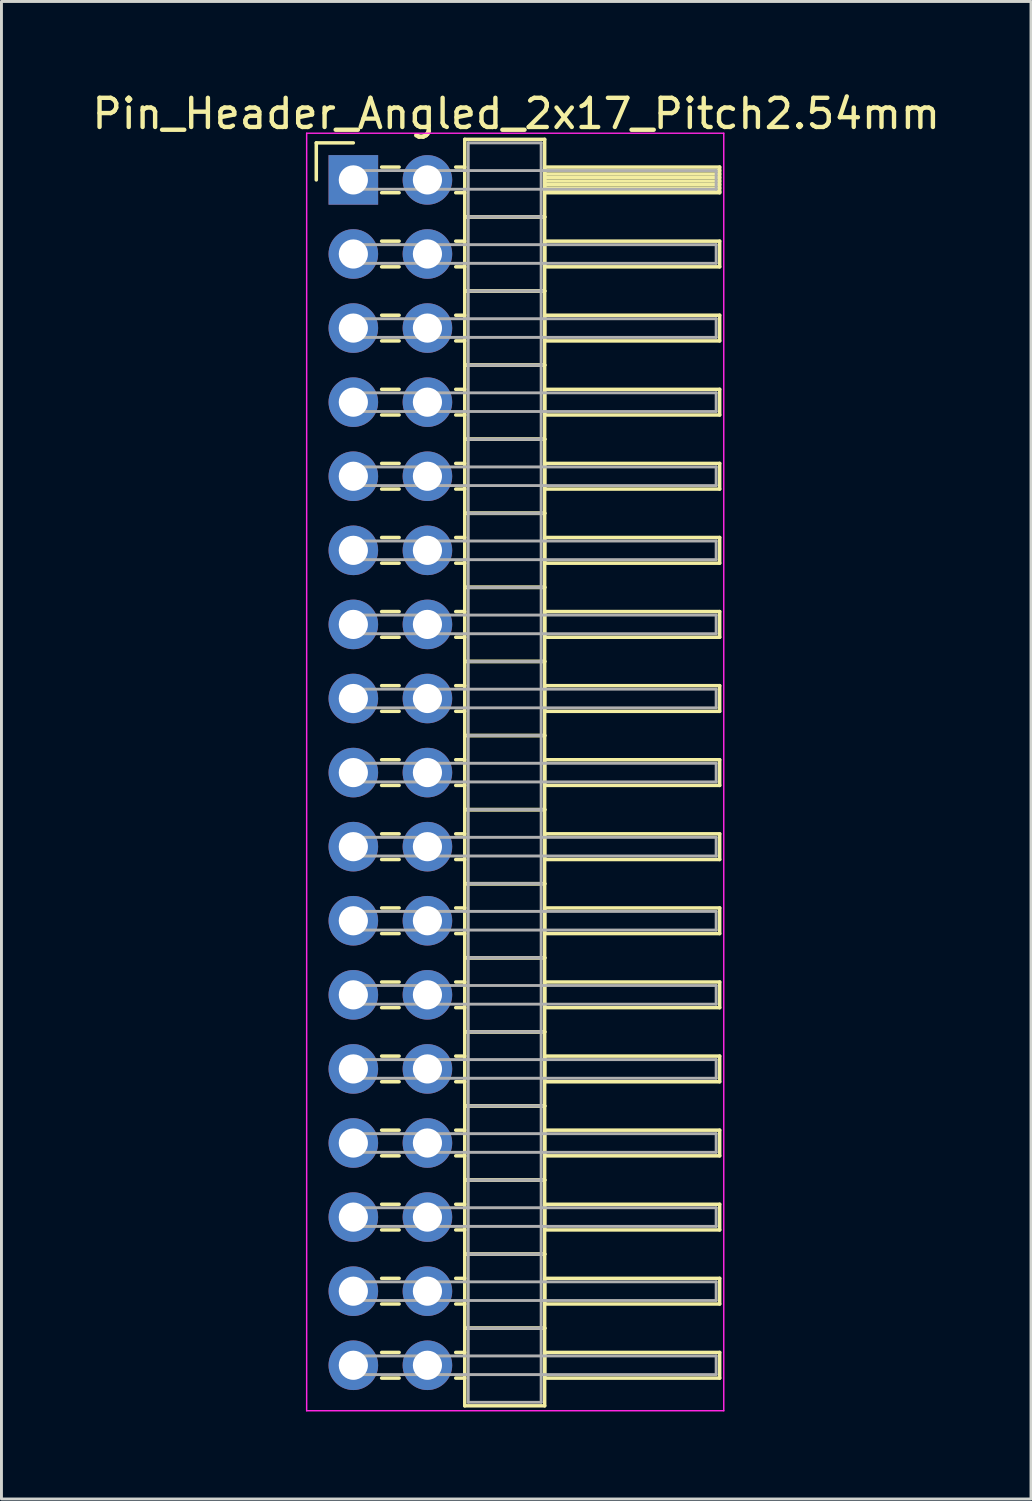
<source format=kicad_pcb>
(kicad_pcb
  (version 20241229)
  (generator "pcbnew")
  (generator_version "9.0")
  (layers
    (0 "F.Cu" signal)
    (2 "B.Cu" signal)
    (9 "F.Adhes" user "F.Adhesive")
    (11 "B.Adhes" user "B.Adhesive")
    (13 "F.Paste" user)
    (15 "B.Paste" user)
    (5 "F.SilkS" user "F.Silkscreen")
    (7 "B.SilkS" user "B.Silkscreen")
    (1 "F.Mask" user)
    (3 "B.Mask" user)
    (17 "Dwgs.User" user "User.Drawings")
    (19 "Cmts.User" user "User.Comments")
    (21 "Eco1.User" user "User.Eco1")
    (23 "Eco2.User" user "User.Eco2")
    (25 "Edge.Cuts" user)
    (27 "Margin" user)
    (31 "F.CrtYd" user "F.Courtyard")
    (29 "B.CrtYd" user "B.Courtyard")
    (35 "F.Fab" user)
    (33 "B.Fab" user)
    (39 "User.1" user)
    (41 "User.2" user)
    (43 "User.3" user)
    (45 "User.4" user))
  (footprint "Pin_Header_Angled_2x17_Pitch2.54mm"
    (layer "F.Cu")
    (at 9.064 3.118)
    (property "Reference" "Pin_Header_Angled_2x17_Pitch2.54mm" (at 5.585 -2.27 0) (layer "F.SilkS") (effects (font (size 1 1) (thickness 0.15))))
    (attr through_hole)
    (fp_line (start -1.27 -1.27) (end 0 -1.27) (stroke (width 0.12) (type solid)) (layer "F.SilkS"))
    (fp_line (start -1.27 0) (end -1.27 -1.27) (stroke (width 0.12) (type solid)) (layer "F.SilkS"))
    (fp_line (start 0.97 -0.44) (end 1.57 -0.44) (stroke (width 0.12) (type solid)) (layer "F.SilkS"))
    (fp_line (start 0.97 0.44) (end 1.57 0.44) (stroke (width 0.12) (type solid)) (layer "F.SilkS"))
    (fp_line (start 0.97 2.1) (end 1.57 2.1) (stroke (width 0.12) (type solid)) (layer "F.SilkS"))
    (fp_line (start 0.97 2.98) (end 1.57 2.98) (stroke (width 0.12) (type solid)) (layer "F.SilkS"))
    (fp_line (start 0.97 4.64) (end 1.57 4.64) (stroke (width 0.12) (type solid)) (layer "F.SilkS"))
    (fp_line (start 0.97 5.52) (end 1.57 5.52) (stroke (width 0.12) (type solid)) (layer "F.SilkS"))
    (fp_line (start 0.97 7.18) (end 1.57 7.18) (stroke (width 0.12) (type solid)) (layer "F.SilkS"))
    (fp_line (start 0.97 8.06) (end 1.57 8.06) (stroke (width 0.12) (type solid)) (layer "F.SilkS"))
    (fp_line (start 0.97 9.72) (end 1.57 9.72) (stroke (width 0.12) (type solid)) (layer "F.SilkS"))
    (fp_line (start 0.97 10.6) (end 1.57 10.6) (stroke (width 0.12) (type solid)) (layer "F.SilkS"))
    (fp_line (start 0.97 12.26) (end 1.57 12.26) (stroke (width 0.12) (type solid)) (layer "F.SilkS"))
    (fp_line (start 0.97 13.14) (end 1.57 13.14) (stroke (width 0.12) (type solid)) (layer "F.SilkS"))
    (fp_line (start 0.97 14.8) (end 1.57 14.8) (stroke (width 0.12) (type solid)) (layer "F.SilkS"))
    (fp_line (start 0.97 15.68) (end 1.57 15.68) (stroke (width 0.12) (type solid)) (layer "F.SilkS"))
    (fp_line (start 0.97 17.34) (end 1.57 17.34) (stroke (width 0.12) (type solid)) (layer "F.SilkS"))
    (fp_line (start 0.97 18.22) (end 1.57 18.22) (stroke (width 0.12) (type solid)) (layer "F.SilkS"))
    (fp_line (start 0.97 19.88) (end 1.57 19.88) (stroke (width 0.12) (type solid)) (layer "F.SilkS"))
    (fp_line (start 0.97 20.76) (end 1.57 20.76) (stroke (width 0.12) (type solid)) (layer "F.SilkS"))
    (fp_line (start 0.97 22.42) (end 1.57 22.42) (stroke (width 0.12) (type solid)) (layer "F.SilkS"))
    (fp_line (start 0.97 23.3) (end 1.57 23.3) (stroke (width 0.12) (type solid)) (layer "F.SilkS"))
    (fp_line (start 0.97 24.96) (end 1.57 24.96) (stroke (width 0.12) (type solid)) (layer "F.SilkS"))
    (fp_line (start 0.97 25.84) (end 1.57 25.84) (stroke (width 0.12) (type solid)) (layer "F.SilkS"))
    (fp_line (start 0.97 27.5) (end 1.57 27.5) (stroke (width 0.12) (type solid)) (layer "F.SilkS"))
    (fp_line (start 0.97 28.38) (end 1.57 28.38) (stroke (width 0.12) (type solid)) (layer "F.SilkS"))
    (fp_line (start 0.97 30.04) (end 1.57 30.04) (stroke (width 0.12) (type solid)) (layer "F.SilkS"))
    (fp_line (start 0.97 30.92) (end 1.57 30.92) (stroke (width 0.12) (type solid)) (layer "F.SilkS"))
    (fp_line (start 0.97 32.58) (end 1.57 32.58) (stroke (width 0.12) (type solid)) (layer "F.SilkS"))
    (fp_line (start 0.97 33.46) (end 1.57 33.46) (stroke (width 0.12) (type solid)) (layer "F.SilkS"))
    (fp_line (start 0.97 35.12) (end 1.57 35.12) (stroke (width 0.12) (type solid)) (layer "F.SilkS"))
    (fp_line (start 0.97 36) (end 1.57 36) (stroke (width 0.12) (type solid)) (layer "F.SilkS"))
    (fp_line (start 0.97 37.66) (end 1.57 37.66) (stroke (width 0.12) (type solid)) (layer "F.SilkS"))
    (fp_line (start 0.97 38.54) (end 1.57 38.54) (stroke (width 0.12) (type solid)) (layer "F.SilkS"))
    (fp_line (start 0.97 40.2) (end 1.57 40.2) (stroke (width 0.12) (type solid)) (layer "F.SilkS"))
    (fp_line (start 0.97 41.08) (end 1.57 41.08) (stroke (width 0.12) (type solid)) (layer "F.SilkS"))
    (fp_line (start 3.51 -0.44) (end 3.82 -0.44) (stroke (width 0.12) (type solid)) (layer "F.SilkS"))
    (fp_line (start 3.51 0.44) (end 3.82 0.44) (stroke (width 0.12) (type solid)) (layer "F.SilkS"))
    (fp_line (start 3.51 2.1) (end 3.82 2.1) (stroke (width 0.12) (type solid)) (layer "F.SilkS"))
    (fp_line (start 3.51 2.98) (end 3.82 2.98) (stroke (width 0.12) (type solid)) (layer "F.SilkS"))
    (fp_line (start 3.51 4.64) (end 3.82 4.64) (stroke (width 0.12) (type solid)) (layer "F.SilkS"))
    (fp_line (start 3.51 5.52) (end 3.82 5.52) (stroke (width 0.12) (type solid)) (layer "F.SilkS"))
    (fp_line (start 3.51 7.18) (end 3.82 7.18) (stroke (width 0.12) (type solid)) (layer "F.SilkS"))
    (fp_line (start 3.51 8.06) (end 3.82 8.06) (stroke (width 0.12) (type solid)) (layer "F.SilkS"))
    (fp_line (start 3.51 9.72) (end 3.82 9.72) (stroke (width 0.12) (type solid)) (layer "F.SilkS"))
    (fp_line (start 3.51 10.6) (end 3.82 10.6) (stroke (width 0.12) (type solid)) (layer "F.SilkS"))
    (fp_line (start 3.51 12.26) (end 3.82 12.26) (stroke (width 0.12) (type solid)) (layer "F.SilkS"))
    (fp_line (start 3.51 13.14) (end 3.82 13.14) (stroke (width 0.12) (type solid)) (layer "F.SilkS"))
    (fp_line (start 3.51 14.8) (end 3.82 14.8) (stroke (width 0.12) (type solid)) (layer "F.SilkS"))
    (fp_line (start 3.51 15.68) (end 3.82 15.68) (stroke (width 0.12) (type solid)) (layer "F.SilkS"))
    (fp_line (start 3.51 17.34) (end 3.82 17.34) (stroke (width 0.12) (type solid)) (layer "F.SilkS"))
    (fp_line (start 3.51 18.22) (end 3.82 18.22) (stroke (width 0.12) (type solid)) (layer "F.SilkS"))
    (fp_line (start 3.51 19.88) (end 3.82 19.88) (stroke (width 0.12) (type solid)) (layer "F.SilkS"))
    (fp_line (start 3.51 20.76) (end 3.82 20.76) (stroke (width 0.12) (type solid)) (layer "F.SilkS"))
    (fp_line (start 3.51 22.42) (end 3.82 22.42) (stroke (width 0.12) (type solid)) (layer "F.SilkS"))
    (fp_line (start 3.51 23.3) (end 3.82 23.3) (stroke (width 0.12) (type solid)) (layer "F.SilkS"))
    (fp_line (start 3.51 24.96) (end 3.82 24.96) (stroke (width 0.12) (type solid)) (layer "F.SilkS"))
    (fp_line (start 3.51 25.84) (end 3.82 25.84) (stroke (width 0.12) (type solid)) (layer "F.SilkS"))
    (fp_line (start 3.51 27.5) (end 3.82 27.5) (stroke (width 0.12) (type solid)) (layer "F.SilkS"))
    (fp_line (start 3.51 28.38) (end 3.82 28.38) (stroke (width 0.12) (type solid)) (layer "F.SilkS"))
    (fp_line (start 3.51 30.04) (end 3.82 30.04) (stroke (width 0.12) (type solid)) (layer "F.SilkS"))
    (fp_line (start 3.51 30.92) (end 3.82 30.92) (stroke (width 0.12) (type solid)) (layer "F.SilkS"))
    (fp_line (start 3.51 32.58) (end 3.82 32.58) (stroke (width 0.12) (type solid)) (layer "F.SilkS"))
    (fp_line (start 3.51 33.46) (end 3.82 33.46) (stroke (width 0.12) (type solid)) (layer "F.SilkS"))
    (fp_line (start 3.51 35.12) (end 3.82 35.12) (stroke (width 0.12) (type solid)) (layer "F.SilkS"))
    (fp_line (start 3.51 36) (end 3.82 36) (stroke (width 0.12) (type solid)) (layer "F.SilkS"))
    (fp_line (start 3.51 37.66) (end 3.82 37.66) (stroke (width 0.12) (type solid)) (layer "F.SilkS"))
    (fp_line (start 3.51 38.54) (end 3.82 38.54) (stroke (width 0.12) (type solid)) (layer "F.SilkS"))
    (fp_line (start 3.51 40.2) (end 3.82 40.2) (stroke (width 0.12) (type solid)) (layer "F.SilkS"))
    (fp_line (start 3.51 41.08) (end 3.82 41.08) (stroke (width 0.12) (type solid)) (layer "F.SilkS"))
    (fp_line (start 3.82 -1.39) (end 3.82 1.27) (stroke (width 0.12) (type solid)) (layer "F.SilkS"))
    (fp_line (start 3.82 1.27) (end 3.82 3.81) (stroke (width 0.12) (type solid)) (layer "F.SilkS"))
    (fp_line (start 3.82 1.27) (end 6.56 1.27) (stroke (width 0.12) (type solid)) (layer "F.SilkS"))
    (fp_line (start 3.82 3.81) (end 3.82 6.35) (stroke (width 0.12) (type solid)) (layer "F.SilkS"))
    (fp_line (start 3.82 3.81) (end 6.56 3.81) (stroke (width 0.12) (type solid)) (layer "F.SilkS"))
    (fp_line (start 3.82 6.35) (end 3.82 8.89) (stroke (width 0.12) (type solid)) (layer "F.SilkS"))
    (fp_line (start 3.82 6.35) (end 6.56 6.35) (stroke (width 0.12) (type solid)) (layer "F.SilkS"))
    (fp_line (start 3.82 8.89) (end 3.82 11.43) (stroke (width 0.12) (type solid)) (layer "F.SilkS"))
    (fp_line (start 3.82 8.89) (end 6.56 8.89) (stroke (width 0.12) (type solid)) (layer "F.SilkS"))
    (fp_line (start 3.82 11.43) (end 3.82 13.97) (stroke (width 0.12) (type solid)) (layer "F.SilkS"))
    (fp_line (start 3.82 11.43) (end 6.56 11.43) (stroke (width 0.12) (type solid)) (layer "F.SilkS"))
    (fp_line (start 3.82 13.97) (end 3.82 16.51) (stroke (width 0.12) (type solid)) (layer "F.SilkS"))
    (fp_line (start 3.82 13.97) (end 6.56 13.97) (stroke (width 0.12) (type solid)) (layer "F.SilkS"))
    (fp_line (start 3.82 16.51) (end 3.82 19.05) (stroke (width 0.12) (type solid)) (layer "F.SilkS"))
    (fp_line (start 3.82 16.51) (end 6.56 16.51) (stroke (width 0.12) (type solid)) (layer "F.SilkS"))
    (fp_line (start 3.82 19.05) (end 3.82 21.59) (stroke (width 0.12) (type solid)) (layer "F.SilkS"))
    (fp_line (start 3.82 19.05) (end 6.56 19.05) (stroke (width 0.12) (type solid)) (layer "F.SilkS"))
    (fp_line (start 3.82 21.59) (end 3.82 24.13) (stroke (width 0.12) (type solid)) (layer "F.SilkS"))
    (fp_line (start 3.82 21.59) (end 6.56 21.59) (stroke (width 0.12) (type solid)) (layer "F.SilkS"))
    (fp_line (start 3.82 24.13) (end 3.82 26.67) (stroke (width 0.12) (type solid)) (layer "F.SilkS"))
    (fp_line (start 3.82 24.13) (end 6.56 24.13) (stroke (width 0.12) (type solid)) (layer "F.SilkS"))
    (fp_line (start 3.82 26.67) (end 3.82 29.21) (stroke (width 0.12) (type solid)) (layer "F.SilkS"))
    (fp_line (start 3.82 26.67) (end 6.56 26.67) (stroke (width 0.12) (type solid)) (layer "F.SilkS"))
    (fp_line (start 3.82 29.21) (end 3.82 31.75) (stroke (width 0.12) (type solid)) (layer "F.SilkS"))
    (fp_line (start 3.82 29.21) (end 6.56 29.21) (stroke (width 0.12) (type solid)) (layer "F.SilkS"))
    (fp_line (start 3.82 31.75) (end 3.82 34.29) (stroke (width 0.12) (type solid)) (layer "F.SilkS"))
    (fp_line (start 3.82 31.75) (end 6.56 31.75) (stroke (width 0.12) (type solid)) (layer "F.SilkS"))
    (fp_line (start 3.82 34.29) (end 3.82 36.83) (stroke (width 0.12) (type solid)) (layer "F.SilkS"))
    (fp_line (start 3.82 34.29) (end 6.56 34.29) (stroke (width 0.12) (type solid)) (layer "F.SilkS"))
    (fp_line (start 3.82 36.83) (end 3.82 39.37) (stroke (width 0.12) (type solid)) (layer "F.SilkS"))
    (fp_line (start 3.82 36.83) (end 6.56 36.83) (stroke (width 0.12) (type solid)) (layer "F.SilkS"))
    (fp_line (start 3.82 39.37) (end 3.82 42.03) (stroke (width 0.12) (type solid)) (layer "F.SilkS"))
    (fp_line (start 3.82 39.37) (end 6.56 39.37) (stroke (width 0.12) (type solid)) (layer "F.SilkS"))
    (fp_line (start 3.82 42.03) (end 6.56 42.03) (stroke (width 0.12) (type solid)) (layer "F.SilkS"))
    (fp_line (start 6.56 -1.39) (end 3.82 -1.39) (stroke (width 0.12) (type solid)) (layer "F.SilkS"))
    (fp_line (start 6.56 -0.44) (end 6.56 0.44) (stroke (width 0.12) (type solid)) (layer "F.SilkS"))
    (fp_line (start 6.56 -0.32) (end 12.56 -0.32) (stroke (width 0.12) (type solid)) (layer "F.SilkS"))
    (fp_line (start 6.56 -0.2) (end 12.56 -0.2) (stroke (width 0.12) (type solid)) (layer "F.SilkS"))
    (fp_line (start 6.56 -0.08) (end 12.56 -0.08) (stroke (width 0.12) (type solid)) (layer "F.SilkS"))
    (fp_line (start 6.56 0.04) (end 12.56 0.04) (stroke (width 0.12) (type solid)) (layer "F.SilkS"))
    (fp_line (start 6.56 0.16) (end 12.56 0.16) (stroke (width 0.12) (type solid)) (layer "F.SilkS"))
    (fp_line (start 6.56 0.28) (end 12.56 0.28) (stroke (width 0.12) (type solid)) (layer "F.SilkS"))
    (fp_line (start 6.56 0.4) (end 12.56 0.4) (stroke (width 0.12) (type solid)) (layer "F.SilkS"))
    (fp_line (start 6.56 0.44) (end 12.56 0.44) (stroke (width 0.12) (type solid)) (layer "F.SilkS"))
    (fp_line (start 6.56 1.27) (end 3.82 1.27) (stroke (width 0.12) (type solid)) (layer "F.SilkS"))
    (fp_line (start 6.56 1.27) (end 6.56 -1.39) (stroke (width 0.12) (type solid)) (layer "F.SilkS"))
    (fp_line (start 6.56 2.1) (end 6.56 2.98) (stroke (width 0.12) (type solid)) (layer "F.SilkS"))
    (fp_line (start 6.56 2.98) (end 12.56 2.98) (stroke (width 0.12) (type solid)) (layer "F.SilkS"))
    (fp_line (start 6.56 3.81) (end 3.82 3.81) (stroke (width 0.12) (type solid)) (layer "F.SilkS"))
    (fp_line (start 6.56 3.81) (end 6.56 1.27) (stroke (width 0.12) (type solid)) (layer "F.SilkS"))
    (fp_line (start 6.56 4.64) (end 6.56 5.52) (stroke (width 0.12) (type solid)) (layer "F.SilkS"))
    (fp_line (start 6.56 5.52) (end 12.56 5.52) (stroke (width 0.12) (type solid)) (layer "F.SilkS"))
    (fp_line (start 6.56 6.35) (end 3.82 6.35) (stroke (width 0.12) (type solid)) (layer "F.SilkS"))
    (fp_line (start 6.56 6.35) (end 6.56 3.81) (stroke (width 0.12) (type solid)) (layer "F.SilkS"))
    (fp_line (start 6.56 7.18) (end 6.56 8.06) (stroke (width 0.12) (type solid)) (layer "F.SilkS"))
    (fp_line (start 6.56 8.06) (end 12.56 8.06) (stroke (width 0.12) (type solid)) (layer "F.SilkS"))
    (fp_line (start 6.56 8.89) (end 3.82 8.89) (stroke (width 0.12) (type solid)) (layer "F.SilkS"))
    (fp_line (start 6.56 8.89) (end 6.56 6.35) (stroke (width 0.12) (type solid)) (layer "F.SilkS"))
    (fp_line (start 6.56 9.72) (end 6.56 10.6) (stroke (width 0.12) (type solid)) (layer "F.SilkS"))
    (fp_line (start 6.56 10.6) (end 12.56 10.6) (stroke (width 0.12) (type solid)) (layer "F.SilkS"))
    (fp_line (start 6.56 11.43) (end 3.82 11.43) (stroke (width 0.12) (type solid)) (layer "F.SilkS"))
    (fp_line (start 6.56 11.43) (end 6.56 8.89) (stroke (width 0.12) (type solid)) (layer "F.SilkS"))
    (fp_line (start 6.56 12.26) (end 6.56 13.14) (stroke (width 0.12) (type solid)) (layer "F.SilkS"))
    (fp_line (start 6.56 13.14) (end 12.56 13.14) (stroke (width 0.12) (type solid)) (layer "F.SilkS"))
    (fp_line (start 6.56 13.97) (end 3.82 13.97) (stroke (width 0.12) (type solid)) (layer "F.SilkS"))
    (fp_line (start 6.56 13.97) (end 6.56 11.43) (stroke (width 0.12) (type solid)) (layer "F.SilkS"))
    (fp_line (start 6.56 14.8) (end 6.56 15.68) (stroke (width 0.12) (type solid)) (layer "F.SilkS"))
    (fp_line (start 6.56 15.68) (end 12.56 15.68) (stroke (width 0.12) (type solid)) (layer "F.SilkS"))
    (fp_line (start 6.56 16.51) (end 3.82 16.51) (stroke (width 0.12) (type solid)) (layer "F.SilkS"))
    (fp_line (start 6.56 16.51) (end 6.56 13.97) (stroke (width 0.12) (type solid)) (layer "F.SilkS"))
    (fp_line (start 6.56 17.34) (end 6.56 18.22) (stroke (width 0.12) (type solid)) (layer "F.SilkS"))
    (fp_line (start 6.56 18.22) (end 12.56 18.22) (stroke (width 0.12) (type solid)) (layer "F.SilkS"))
    (fp_line (start 6.56 19.05) (end 3.82 19.05) (stroke (width 0.12) (type solid)) (layer "F.SilkS"))
    (fp_line (start 6.56 19.05) (end 6.56 16.51) (stroke (width 0.12) (type solid)) (layer "F.SilkS"))
    (fp_line (start 6.56 19.88) (end 6.56 20.76) (stroke (width 0.12) (type solid)) (layer "F.SilkS"))
    (fp_line (start 6.56 20.76) (end 12.56 20.76) (stroke (width 0.12) (type solid)) (layer "F.SilkS"))
    (fp_line (start 6.56 21.59) (end 3.82 21.59) (stroke (width 0.12) (type solid)) (layer "F.SilkS"))
    (fp_line (start 6.56 21.59) (end 6.56 19.05) (stroke (width 0.12) (type solid)) (layer "F.SilkS"))
    (fp_line (start 6.56 22.42) (end 6.56 23.3) (stroke (width 0.12) (type solid)) (layer "F.SilkS"))
    (fp_line (start 6.56 23.3) (end 12.56 23.3) (stroke (width 0.12) (type solid)) (layer "F.SilkS"))
    (fp_line (start 6.56 24.13) (end 3.82 24.13) (stroke (width 0.12) (type solid)) (layer "F.SilkS"))
    (fp_line (start 6.56 24.13) (end 6.56 21.59) (stroke (width 0.12) (type solid)) (layer "F.SilkS"))
    (fp_line (start 6.56 24.96) (end 6.56 25.84) (stroke (width 0.12) (type solid)) (layer "F.SilkS"))
    (fp_line (start 6.56 25.84) (end 12.56 25.84) (stroke (width 0.12) (type solid)) (layer "F.SilkS"))
    (fp_line (start 6.56 26.67) (end 3.82 26.67) (stroke (width 0.12) (type solid)) (layer "F.SilkS"))
    (fp_line (start 6.56 26.67) (end 6.56 24.13) (stroke (width 0.12) (type solid)) (layer "F.SilkS"))
    (fp_line (start 6.56 27.5) (end 6.56 28.38) (stroke (width 0.12) (type solid)) (layer "F.SilkS"))
    (fp_line (start 6.56 28.38) (end 12.56 28.38) (stroke (width 0.12) (type solid)) (layer "F.SilkS"))
    (fp_line (start 6.56 29.21) (end 3.82 29.21) (stroke (width 0.12) (type solid)) (layer "F.SilkS"))
    (fp_line (start 6.56 29.21) (end 6.56 26.67) (stroke (width 0.12) (type solid)) (layer "F.SilkS"))
    (fp_line (start 6.56 30.04) (end 6.56 30.92) (stroke (width 0.12) (type solid)) (layer "F.SilkS"))
    (fp_line (start 6.56 30.92) (end 12.56 30.92) (stroke (width 0.12) (type solid)) (layer "F.SilkS"))
    (fp_line (start 6.56 31.75) (end 3.82 31.75) (stroke (width 0.12) (type solid)) (layer "F.SilkS"))
    (fp_line (start 6.56 31.75) (end 6.56 29.21) (stroke (width 0.12) (type solid)) (layer "F.SilkS"))
    (fp_line (start 6.56 32.58) (end 6.56 33.46) (stroke (width 0.12) (type solid)) (layer "F.SilkS"))
    (fp_line (start 6.56 33.46) (end 12.56 33.46) (stroke (width 0.12) (type solid)) (layer "F.SilkS"))
    (fp_line (start 6.56 34.29) (end 3.82 34.29) (stroke (width 0.12) (type solid)) (layer "F.SilkS"))
    (fp_line (start 6.56 34.29) (end 6.56 31.75) (stroke (width 0.12) (type solid)) (layer "F.SilkS"))
    (fp_line (start 6.56 35.12) (end 6.56 36) (stroke (width 0.12) (type solid)) (layer "F.SilkS"))
    (fp_line (start 6.56 36) (end 12.56 36) (stroke (width 0.12) (type solid)) (layer "F.SilkS"))
    (fp_line (start 6.56 36.83) (end 3.82 36.83) (stroke (width 0.12) (type solid)) (layer "F.SilkS"))
    (fp_line (start 6.56 36.83) (end 6.56 34.29) (stroke (width 0.12) (type solid)) (layer "F.SilkS"))
    (fp_line (start 6.56 37.66) (end 6.56 38.54) (stroke (width 0.12) (type solid)) (layer "F.SilkS"))
    (fp_line (start 6.56 38.54) (end 12.56 38.54) (stroke (width 0.12) (type solid)) (layer "F.SilkS"))
    (fp_line (start 6.56 39.37) (end 3.82 39.37) (stroke (width 0.12) (type solid)) (layer "F.SilkS"))
    (fp_line (start 6.56 39.37) (end 6.56 36.83) (stroke (width 0.12) (type solid)) (layer "F.SilkS"))
    (fp_line (start 6.56 40.2) (end 6.56 41.08) (stroke (width 0.12) (type solid)) (layer "F.SilkS"))
    (fp_line (start 6.56 41.08) (end 12.56 41.08) (stroke (width 0.12) (type solid)) (layer "F.SilkS"))
    (fp_line (start 6.56 42.03) (end 6.56 39.37) (stroke (width 0.12) (type solid)) (layer "F.SilkS"))
    (fp_line (start 12.56 -0.44) (end 6.56 -0.44) (stroke (width 0.12) (type solid)) (layer "F.SilkS"))
    (fp_line (start 12.56 0.44) (end 12.56 -0.44) (stroke (width 0.12) (type solid)) (layer "F.SilkS"))
    (fp_line (start 12.56 2.1) (end 6.56 2.1) (stroke (width 0.12) (type solid)) (layer "F.SilkS"))
    (fp_line (start 12.56 2.98) (end 12.56 2.1) (stroke (width 0.12) (type solid)) (layer "F.SilkS"))
    (fp_line (start 12.56 4.64) (end 6.56 4.64) (stroke (width 0.12) (type solid)) (layer "F.SilkS"))
    (fp_line (start 12.56 5.52) (end 12.56 4.64) (stroke (width 0.12) (type solid)) (layer "F.SilkS"))
    (fp_line (start 12.56 7.18) (end 6.56 7.18) (stroke (width 0.12) (type solid)) (layer "F.SilkS"))
    (fp_line (start 12.56 8.06) (end 12.56 7.18) (stroke (width 0.12) (type solid)) (layer "F.SilkS"))
    (fp_line (start 12.56 9.72) (end 6.56 9.72) (stroke (width 0.12) (type solid)) (layer "F.SilkS"))
    (fp_line (start 12.56 10.6) (end 12.56 9.72) (stroke (width 0.12) (type solid)) (layer "F.SilkS"))
    (fp_line (start 12.56 12.26) (end 6.56 12.26) (stroke (width 0.12) (type solid)) (layer "F.SilkS"))
    (fp_line (start 12.56 13.14) (end 12.56 12.26) (stroke (width 0.12) (type solid)) (layer "F.SilkS"))
    (fp_line (start 12.56 14.8) (end 6.56 14.8) (stroke (width 0.12) (type solid)) (layer "F.SilkS"))
    (fp_line (start 12.56 15.68) (end 12.56 14.8) (stroke (width 0.12) (type solid)) (layer "F.SilkS"))
    (fp_line (start 12.56 17.34) (end 6.56 17.34) (stroke (width 0.12) (type solid)) (layer "F.SilkS"))
    (fp_line (start 12.56 18.22) (end 12.56 17.34) (stroke (width 0.12) (type solid)) (layer "F.SilkS"))
    (fp_line (start 12.56 19.88) (end 6.56 19.88) (stroke (width 0.12) (type solid)) (layer "F.SilkS"))
    (fp_line (start 12.56 20.76) (end 12.56 19.88) (stroke (width 0.12) (type solid)) (layer "F.SilkS"))
    (fp_line (start 12.56 22.42) (end 6.56 22.42) (stroke (width 0.12) (type solid)) (layer "F.SilkS"))
    (fp_line (start 12.56 23.3) (end 12.56 22.42) (stroke (width 0.12) (type solid)) (layer "F.SilkS"))
    (fp_line (start 12.56 24.96) (end 6.56 24.96) (stroke (width 0.12) (type solid)) (layer "F.SilkS"))
    (fp_line (start 12.56 25.84) (end 12.56 24.96) (stroke (width 0.12) (type solid)) (layer "F.SilkS"))
    (fp_line (start 12.56 27.5) (end 6.56 27.5) (stroke (width 0.12) (type solid)) (layer "F.SilkS"))
    (fp_line (start 12.56 28.38) (end 12.56 27.5) (stroke (width 0.12) (type solid)) (layer "F.SilkS"))
    (fp_line (start 12.56 30.04) (end 6.56 30.04) (stroke (width 0.12) (type solid)) (layer "F.SilkS"))
    (fp_line (start 12.56 30.92) (end 12.56 30.04) (stroke (width 0.12) (type solid)) (layer "F.SilkS"))
    (fp_line (start 12.56 32.58) (end 6.56 32.58) (stroke (width 0.12) (type solid)) (layer "F.SilkS"))
    (fp_line (start 12.56 33.46) (end 12.56 32.58) (stroke (width 0.12) (type solid)) (layer "F.SilkS"))
    (fp_line (start 12.56 35.12) (end 6.56 35.12) (stroke (width 0.12) (type solid)) (layer "F.SilkS"))
    (fp_line (start 12.56 36) (end 12.56 35.12) (stroke (width 0.12) (type solid)) (layer "F.SilkS"))
    (fp_line (start 12.56 37.66) (end 6.56 37.66) (stroke (width 0.12) (type solid)) (layer "F.SilkS"))
    (fp_line (start 12.56 38.54) (end 12.56 37.66) (stroke (width 0.12) (type solid)) (layer "F.SilkS"))
    (fp_line (start 12.56 40.2) (end 6.56 40.2) (stroke (width 0.12) (type solid)) (layer "F.SilkS"))
    (fp_line (start 12.56 41.08) (end 12.56 40.2) (stroke (width 0.12) (type solid)) (layer "F.SilkS"))
    (fp_line (start -1.6 -1.6) (end -1.6 42.2) (stroke (width 0.05) (type solid)) (layer "F.CrtYd"))
    (fp_line (start -1.6 42.2) (end 12.7 42.2) (stroke (width 0.05) (type solid)) (layer "F.CrtYd"))
    (fp_line (start 12.7 -1.6) (end -1.6 -1.6) (stroke (width 0.05) (type solid)) (layer "F.CrtYd"))
    (fp_line (start 12.7 42.2) (end 12.7 -1.6) (stroke (width 0.05) (type solid)) (layer "F.CrtYd"))
    (fp_line (start 0 -0.32) (end 0 0.32) (stroke (width 0.1) (type solid)) (layer "F.Fab"))
    (fp_line (start 0 0.32) (end 12.44 0.32) (stroke (width 0.1) (type solid)) (layer "F.Fab"))
    (fp_line (start 0 2.22) (end 0 2.86) (stroke (width 0.1) (type solid)) (layer "F.Fab"))
    (fp_line (start 0 2.86) (end 12.44 2.86) (stroke (width 0.1) (type solid)) (layer "F.Fab"))
    (fp_line (start 0 4.76) (end 0 5.4) (stroke (width 0.1) (type solid)) (layer "F.Fab"))
    (fp_line (start 0 5.4) (end 12.44 5.4) (stroke (width 0.1) (type solid)) (layer "F.Fab"))
    (fp_line (start 0 7.3) (end 0 7.94) (stroke (width 0.1) (type solid)) (layer "F.Fab"))
    (fp_line (start 0 7.94) (end 12.44 7.94) (stroke (width 0.1) (type solid)) (layer "F.Fab"))
    (fp_line (start 0 9.84) (end 0 10.48) (stroke (width 0.1) (type solid)) (layer "F.Fab"))
    (fp_line (start 0 10.48) (end 12.44 10.48) (stroke (width 0.1) (type solid)) (layer "F.Fab"))
    (fp_line (start 0 12.38) (end 0 13.02) (stroke (width 0.1) (type solid)) (layer "F.Fab"))
    (fp_line (start 0 13.02) (end 12.44 13.02) (stroke (width 0.1) (type solid)) (layer "F.Fab"))
    (fp_line (start 0 14.92) (end 0 15.56) (stroke (width 0.1) (type solid)) (layer "F.Fab"))
    (fp_line (start 0 15.56) (end 12.44 15.56) (stroke (width 0.1) (type solid)) (layer "F.Fab"))
    (fp_line (start 0 17.46) (end 0 18.1) (stroke (width 0.1) (type solid)) (layer "F.Fab"))
    (fp_line (start 0 18.1) (end 12.44 18.1) (stroke (width 0.1) (type solid)) (layer "F.Fab"))
    (fp_line (start 0 20) (end 0 20.64) (stroke (width 0.1) (type solid)) (layer "F.Fab"))
    (fp_line (start 0 20.64) (end 12.44 20.64) (stroke (width 0.1) (type solid)) (layer "F.Fab"))
    (fp_line (start 0 22.54) (end 0 23.18) (stroke (width 0.1) (type solid)) (layer "F.Fab"))
    (fp_line (start 0 23.18) (end 12.44 23.18) (stroke (width 0.1) (type solid)) (layer "F.Fab"))
    (fp_line (start 0 25.08) (end 0 25.72) (stroke (width 0.1) (type solid)) (layer "F.Fab"))
    (fp_line (start 0 25.72) (end 12.44 25.72) (stroke (width 0.1) (type solid)) (layer "F.Fab"))
    (fp_line (start 0 27.62) (end 0 28.26) (stroke (width 0.1) (type solid)) (layer "F.Fab"))
    (fp_line (start 0 28.26) (end 12.44 28.26) (stroke (width 0.1) (type solid)) (layer "F.Fab"))
    (fp_line (start 0 30.16) (end 0 30.8) (stroke (width 0.1) (type solid)) (layer "F.Fab"))
    (fp_line (start 0 30.8) (end 12.44 30.8) (stroke (width 0.1) (type solid)) (layer "F.Fab"))
    (fp_line (start 0 32.7) (end 0 33.34) (stroke (width 0.1) (type solid)) (layer "F.Fab"))
    (fp_line (start 0 33.34) (end 12.44 33.34) (stroke (width 0.1) (type solid)) (layer "F.Fab"))
    (fp_line (start 0 35.24) (end 0 35.88) (stroke (width 0.1) (type solid)) (layer "F.Fab"))
    (fp_line (start 0 35.88) (end 12.44 35.88) (stroke (width 0.1) (type solid)) (layer "F.Fab"))
    (fp_line (start 0 37.78) (end 0 38.42) (stroke (width 0.1) (type solid)) (layer "F.Fab"))
    (fp_line (start 0 38.42) (end 12.44 38.42) (stroke (width 0.1) (type solid)) (layer "F.Fab"))
    (fp_line (start 0 40.32) (end 0 40.96) (stroke (width 0.1) (type solid)) (layer "F.Fab"))
    (fp_line (start 0 40.96) (end 12.44 40.96) (stroke (width 0.1) (type solid)) (layer "F.Fab"))
    (fp_line (start 3.94 -1.27) (end 3.94 1.27) (stroke (width 0.1) (type solid)) (layer "F.Fab"))
    (fp_line (start 3.94 1.27) (end 3.94 3.81) (stroke (width 0.1) (type solid)) (layer "F.Fab"))
    (fp_line (start 3.94 1.27) (end 6.44 1.27) (stroke (width 0.1) (type solid)) (layer "F.Fab"))
    (fp_line (start 3.94 3.81) (end 3.94 6.35) (stroke (width 0.1) (type solid)) (layer "F.Fab"))
    (fp_line (start 3.94 3.81) (end 6.44 3.81) (stroke (width 0.1) (type solid)) (layer "F.Fab"))
    (fp_line (start 3.94 6.35) (end 3.94 8.89) (stroke (width 0.1) (type solid)) (layer "F.Fab"))
    (fp_line (start 3.94 6.35) (end 6.44 6.35) (stroke (width 0.1) (type solid)) (layer "F.Fab"))
    (fp_line (start 3.94 8.89) (end 3.94 11.43) (stroke (width 0.1) (type solid)) (layer "F.Fab"))
    (fp_line (start 3.94 8.89) (end 6.44 8.89) (stroke (width 0.1) (type solid)) (layer "F.Fab"))
    (fp_line (start 3.94 11.43) (end 3.94 13.97) (stroke (width 0.1) (type solid)) (layer "F.Fab"))
    (fp_line (start 3.94 11.43) (end 6.44 11.43) (stroke (width 0.1) (type solid)) (layer "F.Fab"))
    (fp_line (start 3.94 13.97) (end 3.94 16.51) (stroke (width 0.1) (type solid)) (layer "F.Fab"))
    (fp_line (start 3.94 13.97) (end 6.44 13.97) (stroke (width 0.1) (type solid)) (layer "F.Fab"))
    (fp_line (start 3.94 16.51) (end 3.94 19.05) (stroke (width 0.1) (type solid)) (layer "F.Fab"))
    (fp_line (start 3.94 16.51) (end 6.44 16.51) (stroke (width 0.1) (type solid)) (layer "F.Fab"))
    (fp_line (start 3.94 19.05) (end 3.94 21.59) (stroke (width 0.1) (type solid)) (layer "F.Fab"))
    (fp_line (start 3.94 19.05) (end 6.44 19.05) (stroke (width 0.1) (type solid)) (layer "F.Fab"))
    (fp_line (start 3.94 21.59) (end 3.94 24.13) (stroke (width 0.1) (type solid)) (layer "F.Fab"))
    (fp_line (start 3.94 21.59) (end 6.44 21.59) (stroke (width 0.1) (type solid)) (layer "F.Fab"))
    (fp_line (start 3.94 24.13) (end 3.94 26.67) (stroke (width 0.1) (type solid)) (layer "F.Fab"))
    (fp_line (start 3.94 24.13) (end 6.44 24.13) (stroke (width 0.1) (type solid)) (layer "F.Fab"))
    (fp_line (start 3.94 26.67) (end 3.94 29.21) (stroke (width 0.1) (type solid)) (layer "F.Fab"))
    (fp_line (start 3.94 26.67) (end 6.44 26.67) (stroke (width 0.1) (type solid)) (layer "F.Fab"))
    (fp_line (start 3.94 29.21) (end 3.94 31.75) (stroke (width 0.1) (type solid)) (layer "F.Fab"))
    (fp_line (start 3.94 29.21) (end 6.44 29.21) (stroke (width 0.1) (type solid)) (layer "F.Fab"))
    (fp_line (start 3.94 31.75) (end 3.94 34.29) (stroke (width 0.1) (type solid)) (layer "F.Fab"))
    (fp_line (start 3.94 31.75) (end 6.44 31.75) (stroke (width 0.1) (type solid)) (layer "F.Fab"))
    (fp_line (start 3.94 34.29) (end 3.94 36.83) (stroke (width 0.1) (type solid)) (layer "F.Fab"))
    (fp_line (start 3.94 34.29) (end 6.44 34.29) (stroke (width 0.1) (type solid)) (layer "F.Fab"))
    (fp_line (start 3.94 36.83) (end 3.94 39.37) (stroke (width 0.1) (type solid)) (layer "F.Fab"))
    (fp_line (start 3.94 36.83) (end 6.44 36.83) (stroke (width 0.1) (type solid)) (layer "F.Fab"))
    (fp_line (start 3.94 39.37) (end 3.94 41.91) (stroke (width 0.1) (type solid)) (layer "F.Fab"))
    (fp_line (start 3.94 39.37) (end 6.44 39.37) (stroke (width 0.1) (type solid)) (layer "F.Fab"))
    (fp_line (start 3.94 41.91) (end 6.44 41.91) (stroke (width 0.1) (type solid)) (layer "F.Fab"))
    (fp_line (start 6.44 -1.27) (end 3.94 -1.27) (stroke (width 0.1) (type solid)) (layer "F.Fab"))
    (fp_line (start 6.44 1.27) (end 3.94 1.27) (stroke (width 0.1) (type solid)) (layer "F.Fab"))
    (fp_line (start 6.44 1.27) (end 6.44 -1.27) (stroke (width 0.1) (type solid)) (layer "F.Fab"))
    (fp_line (start 6.44 3.81) (end 3.94 3.81) (stroke (width 0.1) (type solid)) (layer "F.Fab"))
    (fp_line (start 6.44 3.81) (end 6.44 1.27) (stroke (width 0.1) (type solid)) (layer "F.Fab"))
    (fp_line (start 6.44 6.35) (end 3.94 6.35) (stroke (width 0.1) (type solid)) (layer "F.Fab"))
    (fp_line (start 6.44 6.35) (end 6.44 3.81) (stroke (width 0.1) (type solid)) (layer "F.Fab"))
    (fp_line (start 6.44 8.89) (end 3.94 8.89) (stroke (width 0.1) (type solid)) (layer "F.Fab"))
    (fp_line (start 6.44 8.89) (end 6.44 6.35) (stroke (width 0.1) (type solid)) (layer "F.Fab"))
    (fp_line (start 6.44 11.43) (end 3.94 11.43) (stroke (width 0.1) (type solid)) (layer "F.Fab"))
    (fp_line (start 6.44 11.43) (end 6.44 8.89) (stroke (width 0.1) (type solid)) (layer "F.Fab"))
    (fp_line (start 6.44 13.97) (end 3.94 13.97) (stroke (width 0.1) (type solid)) (layer "F.Fab"))
    (fp_line (start 6.44 13.97) (end 6.44 11.43) (stroke (width 0.1) (type solid)) (layer "F.Fab"))
    (fp_line (start 6.44 16.51) (end 3.94 16.51) (stroke (width 0.1) (type solid)) (layer "F.Fab"))
    (fp_line (start 6.44 16.51) (end 6.44 13.97) (stroke (width 0.1) (type solid)) (layer "F.Fab"))
    (fp_line (start 6.44 19.05) (end 3.94 19.05) (stroke (width 0.1) (type solid)) (layer "F.Fab"))
    (fp_line (start 6.44 19.05) (end 6.44 16.51) (stroke (width 0.1) (type solid)) (layer "F.Fab"))
    (fp_line (start 6.44 21.59) (end 3.94 21.59) (stroke (width 0.1) (type solid)) (layer "F.Fab"))
    (fp_line (start 6.44 21.59) (end 6.44 19.05) (stroke (width 0.1) (type solid)) (layer "F.Fab"))
    (fp_line (start 6.44 24.13) (end 3.94 24.13) (stroke (width 0.1) (type solid)) (layer "F.Fab"))
    (fp_line (start 6.44 24.13) (end 6.44 21.59) (stroke (width 0.1) (type solid)) (layer "F.Fab"))
    (fp_line (start 6.44 26.67) (end 3.94 26.67) (stroke (width 0.1) (type solid)) (layer "F.Fab"))
    (fp_line (start 6.44 26.67) (end 6.44 24.13) (stroke (width 0.1) (type solid)) (layer "F.Fab"))
    (fp_line (start 6.44 29.21) (end 3.94 29.21) (stroke (width 0.1) (type solid)) (layer "F.Fab"))
    (fp_line (start 6.44 29.21) (end 6.44 26.67) (stroke (width 0.1) (type solid)) (layer "F.Fab"))
    (fp_line (start 6.44 31.75) (end 3.94 31.75) (stroke (width 0.1) (type solid)) (layer "F.Fab"))
    (fp_line (start 6.44 31.75) (end 6.44 29.21) (stroke (width 0.1) (type solid)) (layer "F.Fab"))
    (fp_line (start 6.44 34.29) (end 3.94 34.29) (stroke (width 0.1) (type solid)) (layer "F.Fab"))
    (fp_line (start 6.44 34.29) (end 6.44 31.75) (stroke (width 0.1) (type solid)) (layer "F.Fab"))
    (fp_line (start 6.44 36.83) (end 3.94 36.83) (stroke (width 0.1) (type solid)) (layer "F.Fab"))
    (fp_line (start 6.44 36.83) (end 6.44 34.29) (stroke (width 0.1) (type solid)) (layer "F.Fab"))
    (fp_line (start 6.44 39.37) (end 3.94 39.37) (stroke (width 0.1) (type solid)) (layer "F.Fab"))
    (fp_line (start 6.44 39.37) (end 6.44 36.83) (stroke (width 0.1) (type solid)) (layer "F.Fab"))
    (fp_line (start 6.44 41.91) (end 6.44 39.37) (stroke (width 0.1) (type solid)) (layer "F.Fab"))
    (fp_line (start 12.44 -0.32) (end 0 -0.32) (stroke (width 0.1) (type solid)) (layer "F.Fab"))
    (fp_line (start 12.44 0.32) (end 12.44 -0.32) (stroke (width 0.1) (type solid)) (layer "F.Fab"))
    (fp_line (start 12.44 2.22) (end 0 2.22) (stroke (width 0.1) (type solid)) (layer "F.Fab"))
    (fp_line (start 12.44 2.86) (end 12.44 2.22) (stroke (width 0.1) (type solid)) (layer "F.Fab"))
    (fp_line (start 12.44 4.76) (end 0 4.76) (stroke (width 0.1) (type solid)) (layer "F.Fab"))
    (fp_line (start 12.44 5.4) (end 12.44 4.76) (stroke (width 0.1) (type solid)) (layer "F.Fab"))
    (fp_line (start 12.44 7.3) (end 0 7.3) (stroke (width 0.1) (type solid)) (layer "F.Fab"))
    (fp_line (start 12.44 7.94) (end 12.44 7.3) (stroke (width 0.1) (type solid)) (layer "F.Fab"))
    (fp_line (start 12.44 9.84) (end 0 9.84) (stroke (width 0.1) (type solid)) (layer "F.Fab"))
    (fp_line (start 12.44 10.48) (end 12.44 9.84) (stroke (width 0.1) (type solid)) (layer "F.Fab"))
    (fp_line (start 12.44 12.38) (end 0 12.38) (stroke (width 0.1) (type solid)) (layer "F.Fab"))
    (fp_line (start 12.44 13.02) (end 12.44 12.38) (stroke (width 0.1) (type solid)) (layer "F.Fab"))
    (fp_line (start 12.44 14.92) (end 0 14.92) (stroke (width 0.1) (type solid)) (layer "F.Fab"))
    (fp_line (start 12.44 15.56) (end 12.44 14.92) (stroke (width 0.1) (type solid)) (layer "F.Fab"))
    (fp_line (start 12.44 17.46) (end 0 17.46) (stroke (width 0.1) (type solid)) (layer "F.Fab"))
    (fp_line (start 12.44 18.1) (end 12.44 17.46) (stroke (width 0.1) (type solid)) (layer "F.Fab"))
    (fp_line (start 12.44 20) (end 0 20) (stroke (width 0.1) (type solid)) (layer "F.Fab"))
    (fp_line (start 12.44 20.64) (end 12.44 20) (stroke (width 0.1) (type solid)) (layer "F.Fab"))
    (fp_line (start 12.44 22.54) (end 0 22.54) (stroke (width 0.1) (type solid)) (layer "F.Fab"))
    (fp_line (start 12.44 23.18) (end 12.44 22.54) (stroke (width 0.1) (type solid)) (layer "F.Fab"))
    (fp_line (start 12.44 25.08) (end 0 25.08) (stroke (width 0.1) (type solid)) (layer "F.Fab"))
    (fp_line (start 12.44 25.72) (end 12.44 25.08) (stroke (width 0.1) (type solid)) (layer "F.Fab"))
    (fp_line (start 12.44 27.62) (end 0 27.62) (stroke (width 0.1) (type solid)) (layer "F.Fab"))
    (fp_line (start 12.44 28.26) (end 12.44 27.62) (stroke (width 0.1) (type solid)) (layer "F.Fab"))
    (fp_line (start 12.44 30.16) (end 0 30.16) (stroke (width 0.1) (type solid)) (layer "F.Fab"))
    (fp_line (start 12.44 30.8) (end 12.44 30.16) (stroke (width 0.1) (type solid)) (layer "F.Fab"))
    (fp_line (start 12.44 32.7) (end 0 32.7) (stroke (width 0.1) (type solid)) (layer "F.Fab"))
    (fp_line (start 12.44 33.34) (end 12.44 32.7) (stroke (width 0.1) (type solid)) (layer "F.Fab"))
    (fp_line (start 12.44 35.24) (end 0 35.24) (stroke (width 0.1) (type solid)) (layer "F.Fab"))
    (fp_line (start 12.44 35.88) (end 12.44 35.24) (stroke (width 0.1) (type solid)) (layer "F.Fab"))
    (fp_line (start 12.44 37.78) (end 0 37.78) (stroke (width 0.1) (type solid)) (layer "F.Fab"))
    (fp_line (start 12.44 38.42) (end 12.44 37.78) (stroke (width 0.1) (type solid)) (layer "F.Fab"))
    (fp_line (start 12.44 40.32) (end 0 40.32) (stroke (width 0.1) (type solid)) (layer "F.Fab"))
    (fp_line (start 12.44 40.96) (end 12.44 40.32) (stroke (width 0.1) (type solid)) (layer "F.Fab"))
    (pad "1" thru_hole rect (at 0 0) (size 1.7 1.7) (drill 1) (layers "*.Cu" "*.Mask"))
    (pad "2" thru_hole oval (at 2.54 0) (size 1.7 1.7) (drill 1) (layers "*.Cu" "*.Mask"))
    (pad "3" thru_hole oval (at 0 2.54) (size 1.7 1.7) (drill 1) (layers "*.Cu" "*.Mask"))
    (pad "4" thru_hole oval (at 2.54 2.54) (size 1.7 1.7) (drill 1) (layers "*.Cu" "*.Mask"))
    (pad "5" thru_hole oval (at 0 5.08) (size 1.7 1.7) (drill 1) (layers "*.Cu" "*.Mask"))
    (pad "6" thru_hole oval (at 2.54 5.08) (size 1.7 1.7) (drill 1) (layers "*.Cu" "*.Mask"))
    (pad "7" thru_hole oval (at 0 7.62) (size 1.7 1.7) (drill 1) (layers "*.Cu" "*.Mask"))
    (pad "8" thru_hole oval (at 2.54 7.62) (size 1.7 1.7) (drill 1) (layers "*.Cu" "*.Mask"))
    (pad "9" thru_hole oval (at 0 10.16) (size 1.7 1.7) (drill 1) (layers "*.Cu" "*.Mask"))
    (pad "10" thru_hole oval (at 2.54 10.16) (size 1.7 1.7) (drill 1) (layers "*.Cu" "*.Mask"))
    (pad "11" thru_hole oval (at 0 12.7) (size 1.7 1.7) (drill 1) (layers "*.Cu" "*.Mask"))
    (pad "12" thru_hole oval (at 2.54 12.7) (size 1.7 1.7) (drill 1) (layers "*.Cu" "*.Mask"))
    (pad "13" thru_hole oval (at 0 15.24) (size 1.7 1.7) (drill 1) (layers "*.Cu" "*.Mask"))
    (pad "14" thru_hole oval (at 2.54 15.24) (size 1.7 1.7) (drill 1) (layers "*.Cu" "*.Mask"))
    (pad "15" thru_hole oval (at 0 17.78) (size 1.7 1.7) (drill 1) (layers "*.Cu" "*.Mask"))
    (pad "16" thru_hole oval (at 2.54 17.78) (size 1.7 1.7) (drill 1) (layers "*.Cu" "*.Mask"))
    (pad "17" thru_hole oval (at 0 20.32) (size 1.7 1.7) (drill 1) (layers "*.Cu" "*.Mask"))
    (pad "18" thru_hole oval (at 2.54 20.32) (size 1.7 1.7) (drill 1) (layers "*.Cu" "*.Mask"))
    (pad "19" thru_hole oval (at 0 22.86) (size 1.7 1.7) (drill 1) (layers "*.Cu" "*.Mask"))
    (pad "20" thru_hole oval (at 2.54 22.86) (size 1.7 1.7) (drill 1) (layers "*.Cu" "*.Mask"))
    (pad "21" thru_hole oval (at 0 25.4) (size 1.7 1.7) (drill 1) (layers "*.Cu" "*.Mask"))
    (pad "22" thru_hole oval (at 2.54 25.4) (size 1.7 1.7) (drill 1) (layers "*.Cu" "*.Mask"))
    (pad "23" thru_hole oval (at 0 27.94) (size 1.7 1.7) (drill 1) (layers "*.Cu" "*.Mask"))
    (pad "24" thru_hole oval (at 2.54 27.94) (size 1.7 1.7) (drill 1) (layers "*.Cu" "*.Mask"))
    (pad "25" thru_hole oval (at 0 30.48) (size 1.7 1.7) (drill 1) (layers "*.Cu" "*.Mask"))
    (pad "26" thru_hole oval (at 2.54 30.48) (size 1.7 1.7) (drill 1) (layers "*.Cu" "*.Mask"))
    (pad "27" thru_hole oval (at 0 33.02) (size 1.7 1.7) (drill 1) (layers "*.Cu" "*.Mask"))
    (pad "28" thru_hole oval (at 2.54 33.02) (size 1.7 1.7) (drill 1) (layers "*.Cu" "*.Mask"))
    (pad "29" thru_hole oval (at 0 35.56) (size 1.7 1.7) (drill 1) (layers "*.Cu" "*.Mask"))
    (pad "30" thru_hole oval (at 2.54 35.56) (size 1.7 1.7) (drill 1) (layers "*.Cu" "*.Mask"))
    (pad "31" thru_hole oval (at 0 38.1) (size 1.7 1.7) (drill 1) (layers "*.Cu" "*.Mask"))
    (pad "32" thru_hole oval (at 2.54 38.1) (size 1.7 1.7) (drill 1) (layers "*.Cu" "*.Mask"))
    (pad "33" thru_hole oval (at 0 40.64) (size 1.7 1.7) (drill 1) (layers "*.Cu" "*.Mask"))
    (pad "34" thru_hole oval (at 2.54 40.64) (size 1.7 1.7) (drill 1) (layers "*.Cu" "*.Mask")))
  (gr_rect
    (start -3 -3)
    (end 32.298 48.343)
    (stroke (width 0.1) (type default))
    (fill no)
    (layer "Edge.Cuts")))
</source>
